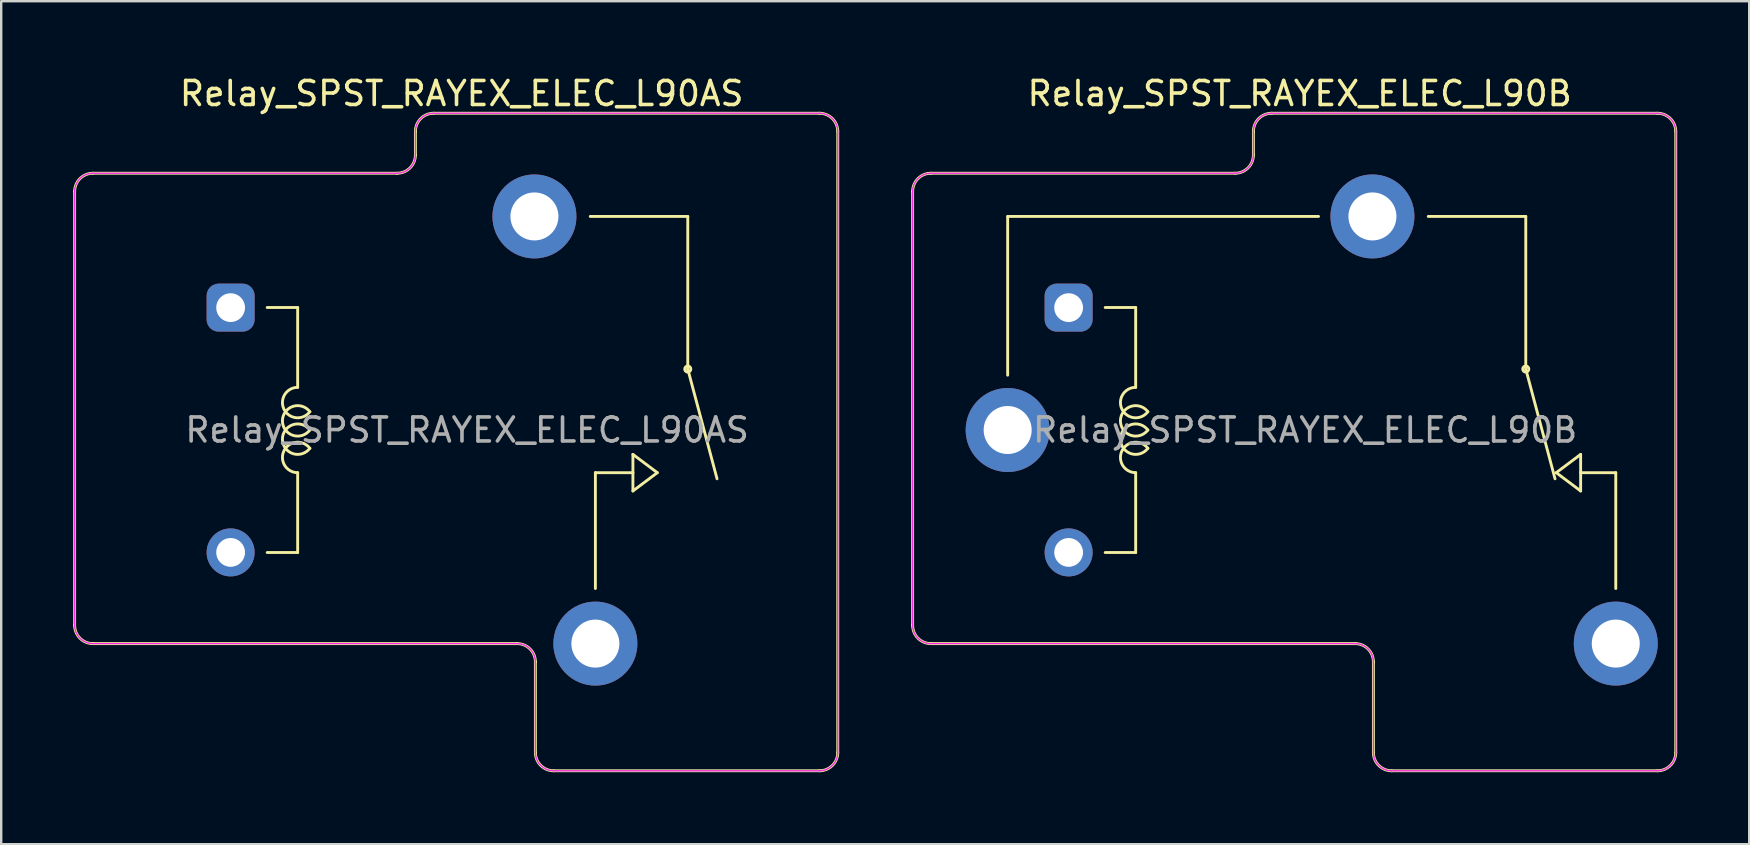
<source format=kicad_pcb>
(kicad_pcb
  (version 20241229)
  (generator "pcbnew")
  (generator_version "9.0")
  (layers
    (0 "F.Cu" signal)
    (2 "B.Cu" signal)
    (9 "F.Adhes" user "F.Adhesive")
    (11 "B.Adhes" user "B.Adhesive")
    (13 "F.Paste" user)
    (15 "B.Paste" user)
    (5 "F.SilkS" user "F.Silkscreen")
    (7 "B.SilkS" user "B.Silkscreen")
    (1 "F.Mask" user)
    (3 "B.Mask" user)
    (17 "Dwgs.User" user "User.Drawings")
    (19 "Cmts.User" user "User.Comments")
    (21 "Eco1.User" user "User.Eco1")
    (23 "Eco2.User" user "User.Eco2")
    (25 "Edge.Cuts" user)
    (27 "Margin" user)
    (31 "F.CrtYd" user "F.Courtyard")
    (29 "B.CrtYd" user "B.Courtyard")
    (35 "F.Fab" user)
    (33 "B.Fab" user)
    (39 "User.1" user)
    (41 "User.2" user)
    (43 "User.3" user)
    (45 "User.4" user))
  (footprint "Relay_SPST_RAYEX_ELEC_L90AS"
    (layer "F.Cu")
    (at 4.02 14.869)
    (property "Reference" "Relay_SPST_RAYEX_ELEC_L90AS" (at 12.167 -14.021 0) (layer "F.SilkS") (effects (font (size 1 1) (thickness 0.15))))
    (attr through_hole)
    (fp_line (start -3.96 -9.938) (end -3.96 8.138) (stroke (width 0.12) (type solid)) (layer "F.SilkS"))
    (fp_line (start -3.198 -10.7) (end 9.478 -10.7) (stroke (width 0.12) (type solid)) (layer "F.SilkS"))
    (fp_line (start -3.198 8.9) (end 14.478 8.9) (stroke (width 0.12) (type solid)) (layer "F.SilkS"))
    (fp_line (start 4.064 -5.105) (end 5.334 -5.105) (stroke (width 0.12) (type solid)) (layer "F.SilkS"))
    (fp_line (start 5.334 -1.778) (end 5.334 -5.105) (stroke (width 0.12) (type solid)) (layer "F.SilkS"))
    (fp_line (start 5.334 5.105) (end 4.064 5.105) (stroke (width 0.12) (type solid)) (layer "F.SilkS"))
    (fp_line (start 5.334 5.105) (end 5.334 1.778) (stroke (width 0.12) (type solid)) (layer "F.SilkS"))
    (fp_line (start 10.24 -12.438) (end 10.24 -11.462) (stroke (width 0.12) (type solid)) (layer "F.SilkS"))
    (fp_line (start 11.002 -13.2) (end 27.078 -13.2) (stroke (width 0.12) (type solid)) (layer "F.SilkS"))
    (fp_line (start 15.24 9.662) (end 15.24 13.438) (stroke (width 0.12) (type solid)) (layer "F.SilkS"))
    (fp_line (start 16.002 14.2) (end 27.078 14.2) (stroke (width 0.12) (type solid)) (layer "F.SilkS"))
    (fp_line (start 17.74 1.778) (end 19.304 1.778) (stroke (width 0.12) (type solid)) (layer "F.SilkS"))
    (fp_line (start 17.74 6.604) (end 17.74 1.778) (stroke (width 0.12) (type solid)) (layer "F.SilkS"))
    (fp_line (start 19.304 1.016) (end 19.304 2.54) (stroke (width 0.12) (type solid)) (layer "F.SilkS"))
    (fp_line (start 19.304 2.54) (end 20.32 1.778) (stroke (width 0.12) (type solid)) (layer "F.SilkS"))
    (fp_line (start 20.32 1.778) (end 19.304 1.016) (stroke (width 0.12) (type solid)) (layer "F.SilkS"))
    (fp_line (start 21.59 -8.9) (end 17.526 -8.9) (stroke (width 0.12) (type solid)) (layer "F.SilkS"))
    (fp_line (start 21.59 -2.54) (end 21.59 -8.9) (stroke (width 0.12) (type solid)) (layer "F.SilkS"))
    (fp_line (start 21.59 -2.54) (end 22.809 2.032) (stroke (width 0.12) (type solid)) (layer "F.SilkS"))
    (fp_line (start 27.84 -12.438) (end 27.84 13.438) (stroke (width 0.12) (type solid)) (layer "F.SilkS"))
    (fp_arc (start -3.96 -9.938) (mid -3.736815 -10.476815) (end -3.198 -10.7) (stroke (width 0.12) (type solid)) (layer "F.SilkS"))
    (fp_arc (start -3.198 8.9) (mid -3.736815 8.676815) (end -3.96 8.138) (stroke (width 0.12) (type solid)) (layer "F.SilkS"))
    (fp_arc (start 5.334002 1.777997) (mid 4.765966 0.859166) (end 5.841802 0.76173) (stroke (width 0.12) (type solid)) (layer "F.SilkS"))
    (fp_arc (start 5.8418 -0.761733) (mid 4.765964 -0.859168) (end 5.334 -1.778) (stroke (width 0.12) (type solid)) (layer "F.SilkS"))
    (fp_arc (start 5.842265 -0.000355) (mid 4.699002 -0.38078) (end 5.842 -0.762001) (stroke (width 0.12) (type solid)) (layer "F.SilkS"))
    (fp_arc (start 5.842266 0.761644) (mid 4.699003 0.381219) (end 5.842001 -0.000002) (stroke (width 0.12) (type solid)) (layer "F.SilkS"))
    (fp_arc (start 10.24 -12.438) (mid 10.463185 -12.976815) (end 11.002 -13.2) (stroke (width 0.12) (type solid)) (layer "F.SilkS"))
    (fp_arc (start 10.24 -11.462) (mid 10.016815 -10.923185) (end 9.478 -10.7) (stroke (width 0.12) (type solid)) (layer "F.SilkS"))
    (fp_arc (start 14.478 8.9) (mid 15.016815 9.123185) (end 15.24 9.662) (stroke (width 0.12) (type solid)) (layer "F.SilkS"))
    (fp_arc (start 16.002 14.2) (mid 15.463185 13.976815) (end 15.24 13.438) (stroke (width 0.12) (type solid)) (layer "F.SilkS"))
    (fp_arc (start 27.078 -13.2) (mid 27.616815 -12.976815) (end 27.84 -12.438) (stroke (width 0.12) (type solid)) (layer "F.SilkS"))
    (fp_arc (start 27.84 13.438) (mid 27.616815 13.976815) (end 27.078 14.2) (stroke (width 0.12) (type solid)) (layer "F.SilkS"))
    (fp_circle (center 21.59 -2.54) (end 21.59 -2.413) (stroke (width 0.12) (type solid)) (fill no) (layer "F.SilkS"))
    (fp_line (start -3.96 -9.938) (end -3.96 8.138) (stroke (width 0.05) (type solid)) (layer "F.CrtYd"))
    (fp_line (start -3.198 -10.7) (end 9.478 -10.7) (stroke (width 0.05) (type solid)) (layer "F.CrtYd"))
    (fp_line (start -3.198 8.9) (end 14.478 8.9) (stroke (width 0.05) (type solid)) (layer "F.CrtYd"))
    (fp_line (start 10.24 -12.438) (end 10.24 -11.462) (stroke (width 0.05) (type solid)) (layer "F.CrtYd"))
    (fp_line (start 11.002 -13.2) (end 27.078 -13.2) (stroke (width 0.05) (type solid)) (layer "F.CrtYd"))
    (fp_line (start 15.24 9.662) (end 15.24 13.438) (stroke (width 0.05) (type solid)) (layer "F.CrtYd"))
    (fp_line (start 16.002 14.2) (end 27.078 14.2) (stroke (width 0.05) (type solid)) (layer "F.CrtYd"))
    (fp_line (start 27.84 -12.438) (end 27.84 13.438) (stroke (width 0.05) (type solid)) (layer "F.CrtYd"))
    (fp_arc (start -3.96 -9.938) (mid -3.736815 -10.476815) (end -3.198 -10.7) (stroke (width 0.05) (type solid)) (layer "F.CrtYd"))
    (fp_arc (start -3.198 8.9) (mid -3.736815 8.676815) (end -3.96 8.138) (stroke (width 0.05) (type solid)) (layer "F.CrtYd"))
    (fp_arc (start 10.24 -12.438) (mid 10.463185 -12.976815) (end 11.002 -13.2) (stroke (width 0.05) (type solid)) (layer "F.CrtYd"))
    (fp_arc (start 10.24 -11.462) (mid 10.016815 -10.923185) (end 9.478 -10.7) (stroke (width 0.05) (type solid)) (layer "F.CrtYd"))
    (fp_arc (start 14.478 8.9) (mid 15.016815 9.123185) (end 15.24 9.662) (stroke (width 0.05) (type solid)) (layer "F.CrtYd"))
    (fp_arc (start 16.002 14.2) (mid 15.463185 13.976815) (end 15.24 13.438) (stroke (width 0.05) (type solid)) (layer "F.CrtYd"))
    (fp_arc (start 27.078 -13.2) (mid 27.616815 -12.976815) (end 27.84 -12.438) (stroke (width 0.05) (type solid)) (layer "F.CrtYd"))
    (fp_arc (start 27.84 13.438) (mid 27.616815 13.976815) (end 27.078 14.2) (stroke (width 0.05) (type solid)) (layer "F.CrtYd"))
    (fp_line (start -3.96 -9.938) (end -3.96 8.138) (stroke (width 0.05) (type solid)) (layer "F.Fab"))
    (fp_line (start -3.198 -10.7) (end 9.478 -10.7) (stroke (width 0.05) (type solid)) (layer "F.Fab"))
    (fp_line (start -3.198 8.9) (end 14.478 8.9) (stroke (width 0.05) (type solid)) (layer "F.Fab"))
    (fp_line (start 10.24 -12.438) (end 10.24 -11.462) (stroke (width 0.05) (type solid)) (layer "F.Fab"))
    (fp_line (start 11.002 -13.2) (end 27.078 -13.2) (stroke (width 0.05) (type solid)) (layer "F.Fab"))
    (fp_line (start 15.24 9.662) (end 15.24 13.438) (stroke (width 0.05) (type solid)) (layer "F.Fab"))
    (fp_line (start 16.002 14.2) (end 27.078 14.2) (stroke (width 0.05) (type solid)) (layer "F.Fab"))
    (fp_line (start 27.84 -12.438) (end 27.84 13.438) (stroke (width 0.05) (type solid)) (layer "F.Fab"))
    (fp_arc (start -3.96 -9.938) (mid -3.736815 -10.476815) (end -3.198 -10.7) (stroke (width 0.05) (type solid)) (layer "F.Fab"))
    (fp_arc (start -3.198 8.9) (mid -3.736815 8.676815) (end -3.96 8.138) (stroke (width 0.05) (type solid)) (layer "F.Fab"))
    (fp_arc (start 10.24 -12.438) (mid 10.463185 -12.976815) (end 11.002 -13.2) (stroke (width 0.05) (type solid)) (layer "F.Fab"))
    (fp_arc (start 10.24 -11.462) (mid 10.016815 -10.923185) (end 9.478 -10.7) (stroke (width 0.05) (type solid)) (layer "F.Fab"))
    (fp_arc (start 14.478 8.9) (mid 15.016815 9.123185) (end 15.24 9.662) (stroke (width 0.05) (type solid)) (layer "F.Fab"))
    (fp_arc (start 16.002 14.2) (mid 15.463185 13.976815) (end 15.24 13.438) (stroke (width 0.05) (type solid)) (layer "F.Fab"))
    (fp_arc (start 27.078 -13.2) (mid 27.616815 -12.976815) (end 27.84 -12.438) (stroke (width 0.05) (type solid)) (layer "F.Fab"))
    (fp_arc (start 27.84 13.438) (mid 27.616815 13.976815) (end 27.078 14.2) (stroke (width 0.05) (type solid)) (layer "F.Fab"))
    (fp_text user "${REFERENCE}" (at 12.395 0 0) (layer "F.Fab") (effects (font (size 1 1) (thickness 0.15))))
    (pad "2" thru_hole roundrect (at 2.54 -5.1 180) (size 2 2) (drill 1.2) (layers "*.Cu" "*.Mask") (roundrect_rratio 0.25))
    (pad "3" thru_hole circle (at 17.74 8.9 180) (size 3.5 3.5) (drill 2) (layers "*.Cu" "*.Mask"))
    (pad "5" thru_hole circle (at 15.2 -8.9 180) (size 3.5 3.5) (drill 2) (layers "*.Cu" "*.Mask"))
    (pad "6" thru_hole circle (at 2.54 5.1 180) (size 2 2) (drill 1.2) (layers "*.Cu" "*.Mask")))
  (footprint "Relay_SPST_RAYEX_ELEC_L90B"
    (layer "F.Cu")
    (at 38.94 14.869)
    (property "Reference" "Relay_SPST_RAYEX_ELEC_L90B" (at 12.167 -14.021 0) (layer "F.SilkS") (effects (font (size 1 1) (thickness 0.15))))
    (attr through_hole)
    (fp_line (start -3.96 -9.938) (end -3.96 8.138) (stroke (width 0.12) (type solid)) (layer "F.SilkS"))
    (fp_line (start -3.198 -10.7) (end 9.478 -10.7) (stroke (width 0.12) (type solid)) (layer "F.SilkS"))
    (fp_line (start -3.198 8.9) (end 14.478 8.9) (stroke (width 0.12) (type solid)) (layer "F.SilkS"))
    (fp_line (start 0 -8.9) (end 0 -2.286) (stroke (width 0.12) (type solid)) (layer "F.SilkS"))
    (fp_line (start 0 -8.9) (end 12.954 -8.9) (stroke (width 0.12) (type solid)) (layer "F.SilkS"))
    (fp_line (start 4.064 -5.105) (end 5.334 -5.105) (stroke (width 0.12) (type solid)) (layer "F.SilkS"))
    (fp_line (start 5.334 -1.778) (end 5.334 -5.105) (stroke (width 0.12) (type solid)) (layer "F.SilkS"))
    (fp_line (start 5.334 5.105) (end 4.064 5.105) (stroke (width 0.12) (type solid)) (layer "F.SilkS"))
    (fp_line (start 5.334 5.105) (end 5.334 1.778) (stroke (width 0.12) (type solid)) (layer "F.SilkS"))
    (fp_line (start 10.24 -12.438) (end 10.24 -11.462) (stroke (width 0.12) (type solid)) (layer "F.SilkS"))
    (fp_line (start 11.002 -13.2) (end 27.078 -13.2) (stroke (width 0.12) (type solid)) (layer "F.SilkS"))
    (fp_line (start 15.24 9.662) (end 15.24 13.438) (stroke (width 0.12) (type solid)) (layer "F.SilkS"))
    (fp_line (start 16.002 14.2) (end 27.078 14.2) (stroke (width 0.12) (type solid)) (layer "F.SilkS"))
    (fp_line (start 21.59 -8.9) (end 17.526 -8.9) (stroke (width 0.12) (type solid)) (layer "F.SilkS"))
    (fp_line (start 21.59 -2.54) (end 21.59 -8.9) (stroke (width 0.12) (type solid)) (layer "F.SilkS"))
    (fp_line (start 21.59 -2.54) (end 22.809 2.032) (stroke (width 0.12) (type solid)) (layer "F.SilkS"))
    (fp_line (start 22.86 1.778) (end 23.876 1.016) (stroke (width 0.12) (type solid)) (layer "F.SilkS"))
    (fp_line (start 23.876 1.778) (end 25.34 1.778) (stroke (width 0.12) (type solid)) (layer "F.SilkS"))
    (fp_line (start 23.876 2.54) (end 22.86 1.778) (stroke (width 0.12) (type solid)) (layer "F.SilkS"))
    (fp_line (start 23.876 2.54) (end 23.876 1.016) (stroke (width 0.12) (type solid)) (layer "F.SilkS"))
    (fp_line (start 25.34 1.778) (end 25.34 6.604) (stroke (width 0.12) (type solid)) (layer "F.SilkS"))
    (fp_line (start 27.84 -12.438) (end 27.84 13.438) (stroke (width 0.12) (type solid)) (layer "F.SilkS"))
    (fp_arc (start -3.96 -9.938) (mid -3.736815 -10.476815) (end -3.198 -10.7) (stroke (width 0.12) (type solid)) (layer "F.SilkS"))
    (fp_arc (start -3.198 8.9) (mid -3.736815 8.676815) (end -3.96 8.138) (stroke (width 0.12) (type solid)) (layer "F.SilkS"))
    (fp_arc (start 5.334002 1.777997) (mid 4.765966 0.859166) (end 5.841802 0.76173) (stroke (width 0.12) (type solid)) (layer "F.SilkS"))
    (fp_arc (start 5.8418 -0.761733) (mid 4.765964 -0.859168) (end 5.334 -1.778) (stroke (width 0.12) (type solid)) (layer "F.SilkS"))
    (fp_arc (start 5.842265 -0.000355) (mid 4.699002 -0.38078) (end 5.842 -0.762001) (stroke (width 0.12) (type solid)) (layer "F.SilkS"))
    (fp_arc (start 5.842266 0.761644) (mid 4.699003 0.381219) (end 5.842001 -0.000002) (stroke (width 0.12) (type solid)) (layer "F.SilkS"))
    (fp_arc (start 10.24 -12.438) (mid 10.463185 -12.976815) (end 11.002 -13.2) (stroke (width 0.12) (type solid)) (layer "F.SilkS"))
    (fp_arc (start 10.24 -11.462) (mid 10.016815 -10.923185) (end 9.478 -10.7) (stroke (width 0.12) (type solid)) (layer "F.SilkS"))
    (fp_arc (start 14.478 8.9) (mid 15.016815 9.123185) (end 15.24 9.662) (stroke (width 0.12) (type solid)) (layer "F.SilkS"))
    (fp_arc (start 16.002 14.2) (mid 15.463185 13.976815) (end 15.24 13.438) (stroke (width 0.12) (type solid)) (layer "F.SilkS"))
    (fp_arc (start 27.078 -13.2) (mid 27.616815 -12.976815) (end 27.84 -12.438) (stroke (width 0.12) (type solid)) (layer "F.SilkS"))
    (fp_arc (start 27.84 13.438) (mid 27.616815 13.976815) (end 27.078 14.2) (stroke (width 0.12) (type solid)) (layer "F.SilkS"))
    (fp_circle (center 21.59 -2.54) (end 21.59 -2.413) (stroke (width 0.12) (type solid)) (fill no) (layer "F.SilkS"))
    (fp_line (start -3.96 -9.938) (end -3.96 8.138) (stroke (width 0.05) (type solid)) (layer "F.CrtYd"))
    (fp_line (start -3.198 -10.7) (end 9.478 -10.7) (stroke (width 0.05) (type solid)) (layer "F.CrtYd"))
    (fp_line (start -3.198 8.9) (end 14.478 8.9) (stroke (width 0.05) (type solid)) (layer "F.CrtYd"))
    (fp_line (start 10.24 -12.438) (end 10.24 -11.462) (stroke (width 0.05) (type solid)) (layer "F.CrtYd"))
    (fp_line (start 11.002 -13.2) (end 27.078 -13.2) (stroke (width 0.05) (type solid)) (layer "F.CrtYd"))
    (fp_line (start 15.24 9.662) (end 15.24 13.438) (stroke (width 0.05) (type solid)) (layer "F.CrtYd"))
    (fp_line (start 16.002 14.2) (end 27.078 14.2) (stroke (width 0.05) (type solid)) (layer "F.CrtYd"))
    (fp_line (start 27.84 -12.438) (end 27.84 13.438) (stroke (width 0.05) (type solid)) (layer "F.CrtYd"))
    (fp_arc (start -3.96 -9.938) (mid -3.736815 -10.476815) (end -3.198 -10.7) (stroke (width 0.05) (type solid)) (layer "F.CrtYd"))
    (fp_arc (start -3.198 8.9) (mid -3.736815 8.676815) (end -3.96 8.138) (stroke (width 0.05) (type solid)) (layer "F.CrtYd"))
    (fp_arc (start 10.24 -12.438) (mid 10.463185 -12.976815) (end 11.002 -13.2) (stroke (width 0.05) (type solid)) (layer "F.CrtYd"))
    (fp_arc (start 10.24 -11.462) (mid 10.016815 -10.923185) (end 9.478 -10.7) (stroke (width 0.05) (type solid)) (layer "F.CrtYd"))
    (fp_arc (start 14.478 8.9) (mid 15.016815 9.123185) (end 15.24 9.662) (stroke (width 0.05) (type solid)) (layer "F.CrtYd"))
    (fp_arc (start 16.002 14.2) (mid 15.463185 13.976815) (end 15.24 13.438) (stroke (width 0.05) (type solid)) (layer "F.CrtYd"))
    (fp_arc (start 27.078 -13.2) (mid 27.616815 -12.976815) (end 27.84 -12.438) (stroke (width 0.05) (type solid)) (layer "F.CrtYd"))
    (fp_arc (start 27.84 13.438) (mid 27.616815 13.976815) (end 27.078 14.2) (stroke (width 0.05) (type solid)) (layer "F.CrtYd"))
    (fp_line (start -3.96 -9.938) (end -3.96 8.138) (stroke (width 0.05) (type solid)) (layer "F.Fab"))
    (fp_line (start -3.198 -10.7) (end 9.478 -10.7) (stroke (width 0.05) (type solid)) (layer "F.Fab"))
    (fp_line (start -3.198 8.9) (end 14.478 8.9) (stroke (width 0.05) (type solid)) (layer "F.Fab"))
    (fp_line (start 10.24 -12.438) (end 10.24 -11.462) (stroke (width 0.05) (type solid)) (layer "F.Fab"))
    (fp_line (start 11.002 -13.2) (end 27.078 -13.2) (stroke (width 0.05) (type solid)) (layer "F.Fab"))
    (fp_line (start 15.24 9.662) (end 15.24 13.438) (stroke (width 0.05) (type solid)) (layer "F.Fab"))
    (fp_line (start 16.002 14.2) (end 27.078 14.2) (stroke (width 0.05) (type solid)) (layer "F.Fab"))
    (fp_line (start 27.84 -12.438) (end 27.84 13.438) (stroke (width 0.05) (type solid)) (layer "F.Fab"))
    (fp_arc (start -3.96 -9.938) (mid -3.736815 -10.476815) (end -3.198 -10.7) (stroke (width 0.05) (type solid)) (layer "F.Fab"))
    (fp_arc (start -3.198 8.9) (mid -3.736815 8.676815) (end -3.96 8.138) (stroke (width 0.05) (type solid)) (layer "F.Fab"))
    (fp_arc (start 10.24 -12.438) (mid 10.463185 -12.976815) (end 11.002 -13.2) (stroke (width 0.05) (type solid)) (layer "F.Fab"))
    (fp_arc (start 10.24 -11.462) (mid 10.016815 -10.923185) (end 9.478 -10.7) (stroke (width 0.05) (type solid)) (layer "F.Fab"))
    (fp_arc (start 14.478 8.9) (mid 15.016815 9.123185) (end 15.24 9.662) (stroke (width 0.05) (type solid)) (layer "F.Fab"))
    (fp_arc (start 16.002 14.2) (mid 15.463185 13.976815) (end 15.24 13.438) (stroke (width 0.05) (type solid)) (layer "F.Fab"))
    (fp_arc (start 27.078 -13.2) (mid 27.616815 -12.976815) (end 27.84 -12.438) (stroke (width 0.05) (type solid)) (layer "F.Fab"))
    (fp_arc (start 27.84 13.438) (mid 27.616815 13.976815) (end 27.078 14.2) (stroke (width 0.05) (type solid)) (layer "F.Fab"))
    (fp_text user "${REFERENCE}" (at 12.395 0 0) (layer "F.Fab") (effects (font (size 1 1) (thickness 0.15))))
    (pad "1" thru_hole circle (at 0 0 180) (size 3.5 3.5) (drill 2) (layers "*.Cu" "*.Mask"))
    (pad "2" thru_hole roundrect (at 2.54 -5.1 180) (size 2 2) (drill 1.2) (layers "*.Cu" "*.Mask") (roundrect_rratio 0.25))
    (pad "4" thru_hole circle (at 25.34 8.9 180) (size 3.5 3.5) (drill 2) (layers "*.Cu" "*.Mask"))
    (pad "5" thru_hole circle (at 15.2 -8.9 180) (size 3.5 3.5) (drill 2) (layers "*.Cu" "*.Mask"))
    (pad "6" thru_hole circle (at 2.54 5.1 180) (size 2 2) (drill 1.2) (layers "*.Cu" "*.Mask")))
  (gr_rect
    (start -3 -3)
    (end 69.84 32.129)
    (stroke (width 0.1) (type default))
    (fill no)
    (layer "Edge.Cuts")))
</source>
